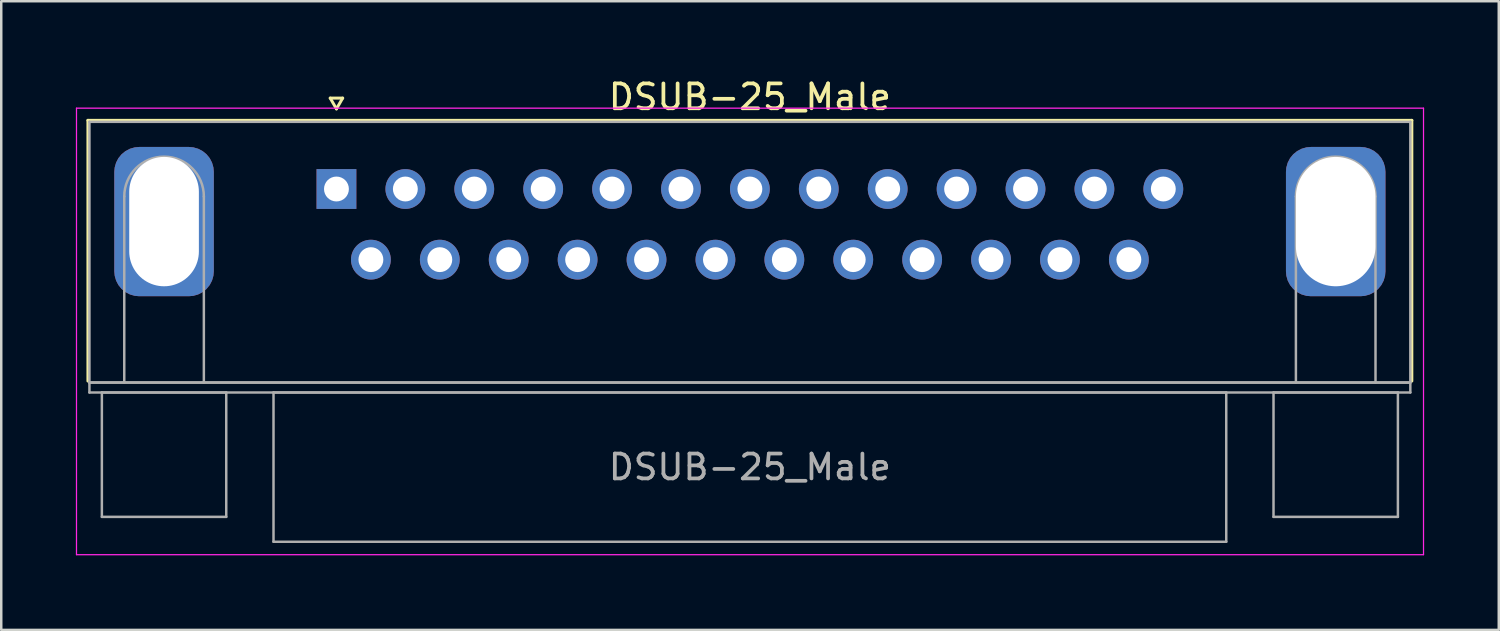
<source format=kicad_pcb>
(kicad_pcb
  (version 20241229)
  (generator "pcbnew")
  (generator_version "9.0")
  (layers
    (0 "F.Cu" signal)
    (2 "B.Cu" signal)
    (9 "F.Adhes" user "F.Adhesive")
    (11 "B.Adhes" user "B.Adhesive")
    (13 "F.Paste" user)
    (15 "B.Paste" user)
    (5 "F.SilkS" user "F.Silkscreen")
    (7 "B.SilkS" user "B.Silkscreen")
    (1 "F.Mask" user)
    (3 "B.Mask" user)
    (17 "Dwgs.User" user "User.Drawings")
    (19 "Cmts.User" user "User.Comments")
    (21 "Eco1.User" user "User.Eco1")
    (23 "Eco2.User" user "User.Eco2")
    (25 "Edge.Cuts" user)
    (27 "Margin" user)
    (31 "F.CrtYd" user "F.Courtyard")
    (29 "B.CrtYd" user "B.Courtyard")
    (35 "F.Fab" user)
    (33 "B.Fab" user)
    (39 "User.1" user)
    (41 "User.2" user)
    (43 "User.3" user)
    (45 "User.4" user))
  (footprint "DSUB-25_Male"
    (layer "F.Cu")
    (at 10.475 4.548)
    (property "Reference" "DSUB-25_Male" (at 16.62 -3.7 0) (layer "F.SilkS") (effects (font (size 1 1) (thickness 0.15))))
    (attr through_hole)
    (fp_line (start -9.99 -2.76) (end 43.23 -2.76) (stroke (width 0.12) (type solid)) (layer "F.SilkS"))
    (fp_line (start -9.99 7.72) (end -9.99 -2.76) (stroke (width 0.12) (type solid)) (layer "F.SilkS"))
    (fp_line (start -0.25 -3.654) (end 0.25 -3.654) (stroke (width 0.12) (type solid)) (layer "F.SilkS"))
    (fp_line (start 0 -3.221) (end -0.25 -3.654) (stroke (width 0.12) (type solid)) (layer "F.SilkS"))
    (fp_line (start 0.25 -3.654) (end 0 -3.221) (stroke (width 0.12) (type solid)) (layer "F.SilkS"))
    (fp_line (start 43.23 -2.76) (end 43.23 7.72) (stroke (width 0.12) (type solid)) (layer "F.SilkS"))
    (fp_line (start -10.45 -3.25) (end -10.45 14.7) (stroke (width 0.05) (type solid)) (layer "F.CrtYd"))
    (fp_line (start -10.45 14.7) (end 43.7 14.7) (stroke (width 0.05) (type solid)) (layer "F.CrtYd"))
    (fp_line (start 43.7 -3.25) (end -10.45 -3.25) (stroke (width 0.05) (type solid)) (layer "F.CrtYd"))
    (fp_line (start 43.7 14.7) (end 43.7 -3.25) (stroke (width 0.05) (type solid)) (layer "F.CrtYd"))
    (fp_line (start -9.93 -2.7) (end -9.93 7.78) (stroke (width 0.1) (type solid)) (layer "F.Fab"))
    (fp_line (start -9.93 7.78) (end -9.93 8.18) (stroke (width 0.1) (type solid)) (layer "F.Fab"))
    (fp_line (start -9.93 7.78) (end 43.17 7.78) (stroke (width 0.1) (type solid)) (layer "F.Fab"))
    (fp_line (start -9.93 8.18) (end 43.17 8.18) (stroke (width 0.1) (type solid)) (layer "F.Fab"))
    (fp_line (start -9.43 8.18) (end -9.43 13.18) (stroke (width 0.1) (type solid)) (layer "F.Fab"))
    (fp_line (start -9.43 13.18) (end -4.43 13.18) (stroke (width 0.1) (type solid)) (layer "F.Fab"))
    (fp_line (start -8.53 7.78) (end -8.53 0.3) (stroke (width 0.1) (type solid)) (layer "F.Fab"))
    (fp_line (start -5.33 7.78) (end -5.33 0.3) (stroke (width 0.1) (type solid)) (layer "F.Fab"))
    (fp_line (start -4.43 8.18) (end -9.43 8.18) (stroke (width 0.1) (type solid)) (layer "F.Fab"))
    (fp_line (start -4.43 13.18) (end -4.43 8.18) (stroke (width 0.1) (type solid)) (layer "F.Fab"))
    (fp_line (start -2.53 8.18) (end -2.53 14.18) (stroke (width 0.1) (type solid)) (layer "F.Fab"))
    (fp_line (start -2.53 14.18) (end 35.77 14.18) (stroke (width 0.1) (type solid)) (layer "F.Fab"))
    (fp_line (start 35.77 8.18) (end -2.53 8.18) (stroke (width 0.1) (type solid)) (layer "F.Fab"))
    (fp_line (start 35.77 14.18) (end 35.77 8.18) (stroke (width 0.1) (type solid)) (layer "F.Fab"))
    (fp_line (start 37.67 8.18) (end 37.67 13.18) (stroke (width 0.1) (type solid)) (layer "F.Fab"))
    (fp_line (start 37.67 13.18) (end 42.67 13.18) (stroke (width 0.1) (type solid)) (layer "F.Fab"))
    (fp_line (start 38.57 7.78) (end 38.57 0.3) (stroke (width 0.1) (type solid)) (layer "F.Fab"))
    (fp_line (start 41.77 7.78) (end 41.77 0.3) (stroke (width 0.1) (type solid)) (layer "F.Fab"))
    (fp_line (start 42.67 8.18) (end 37.67 8.18) (stroke (width 0.1) (type solid)) (layer "F.Fab"))
    (fp_line (start 42.67 13.18) (end 42.67 8.18) (stroke (width 0.1) (type solid)) (layer "F.Fab"))
    (fp_line (start 43.17 -2.7) (end -9.93 -2.7) (stroke (width 0.1) (type solid)) (layer "F.Fab"))
    (fp_line (start 43.17 7.78) (end -9.93 7.78) (stroke (width 0.1) (type solid)) (layer "F.Fab"))
    (fp_line (start 43.17 7.78) (end 43.17 -2.7) (stroke (width 0.1) (type solid)) (layer "F.Fab"))
    (fp_line (start 43.17 8.18) (end 43.17 7.78) (stroke (width 0.1) (type solid)) (layer "F.Fab"))
    (fp_arc (start -8.53 0.3) (mid -6.93 -1.3) (end -5.33 0.3) (stroke (width 0.1) (type solid)) (layer "F.Fab"))
    (fp_arc (start 38.57 0.3) (mid 40.17 -1.3) (end 41.77 0.3) (stroke (width 0.1) (type solid)) (layer "F.Fab"))
    (fp_text user "${REFERENCE}" (at 16.62 11.18 0) (layer "F.Fab") (effects (font (size 1 1) (thickness 0.15))))
    (pad "0" thru_hole roundrect (at -6.93 1.31) (size 4 6) (drill oval 2.8 5.2) (layers "*.Cu" "*.Mask") (roundrect_rratio 0.25))
    (pad "0" thru_hole roundrect (at 40.17 1.31) (size 4 6) (drill oval 3.2 5.2) (layers "*.Cu" "*.Mask") (roundrect_rratio 0.25))
    (pad "1" thru_hole rect (at 0 0) (size 1.6 1.6) (drill 1) (layers "*.Cu" "*.Mask"))
    (pad "2" thru_hole circle (at 2.77 0) (size 1.6 1.6) (drill 1) (layers "*.Cu" "*.Mask"))
    (pad "3" thru_hole circle (at 5.54 0) (size 1.6 1.6) (drill 1) (layers "*.Cu" "*.Mask"))
    (pad "4" thru_hole circle (at 8.31 0) (size 1.6 1.6) (drill 1) (layers "*.Cu" "*.Mask"))
    (pad "5" thru_hole circle (at 11.08 0) (size 1.6 1.6) (drill 1) (layers "*.Cu" "*.Mask"))
    (pad "6" thru_hole circle (at 13.85 0) (size 1.6 1.6) (drill 1) (layers "*.Cu" "*.Mask"))
    (pad "7" thru_hole circle (at 16.62 0) (size 1.6 1.6) (drill 1) (layers "*.Cu" "*.Mask"))
    (pad "8" thru_hole circle (at 19.39 0) (size 1.6 1.6) (drill 1) (layers "*.Cu" "*.Mask"))
    (pad "9" thru_hole circle (at 22.16 0) (size 1.6 1.6) (drill 1) (layers "*.Cu" "*.Mask"))
    (pad "10" thru_hole circle (at 24.93 0) (size 1.6 1.6) (drill 1) (layers "*.Cu" "*.Mask"))
    (pad "11" thru_hole circle (at 27.7 0) (size 1.6 1.6) (drill 1) (layers "*.Cu" "*.Mask"))
    (pad "12" thru_hole circle (at 30.47 0) (size 1.6 1.6) (drill 1) (layers "*.Cu" "*.Mask"))
    (pad "13" thru_hole circle (at 33.24 0) (size 1.6 1.6) (drill 1) (layers "*.Cu" "*.Mask"))
    (pad "14" thru_hole circle (at 1.385 2.84) (size 1.6 1.6) (drill 1) (layers "*.Cu" "*.Mask"))
    (pad "15" thru_hole circle (at 4.155 2.84) (size 1.6 1.6) (drill 1) (layers "*.Cu" "*.Mask"))
    (pad "16" thru_hole circle (at 6.925 2.84) (size 1.6 1.6) (drill 1) (layers "*.Cu" "*.Mask"))
    (pad "17" thru_hole circle (at 9.695 2.84) (size 1.6 1.6) (drill 1) (layers "*.Cu" "*.Mask"))
    (pad "18" thru_hole circle (at 12.465 2.84) (size 1.6 1.6) (drill 1) (layers "*.Cu" "*.Mask"))
    (pad "19" thru_hole circle (at 15.235 2.84) (size 1.6 1.6) (drill 1) (layers "*.Cu" "*.Mask"))
    (pad "20" thru_hole circle (at 18.005 2.84) (size 1.6 1.6) (drill 1) (layers "*.Cu" "*.Mask"))
    (pad "21" thru_hole circle (at 20.775 2.84) (size 1.6 1.6) (drill 1) (layers "*.Cu" "*.Mask"))
    (pad "22" thru_hole circle (at 23.545 2.84) (size 1.6 1.6) (drill 1) (layers "*.Cu" "*.Mask"))
    (pad "23" thru_hole circle (at 26.315 2.84) (size 1.6 1.6) (drill 1) (layers "*.Cu" "*.Mask"))
    (pad "24" thru_hole circle (at 29.085 2.84) (size 1.6 1.6) (drill 1) (layers "*.Cu" "*.Mask"))
    (pad "25" thru_hole circle (at 31.855 2.84) (size 1.6 1.6) (drill 1) (layers "*.Cu" "*.Mask")))
  (gr_rect
    (start -3 -3)
    (end 57.2 22.273)
    (stroke (width 0.1) (type default))
    (fill no)
    (layer "Edge.Cuts")))
</source>
